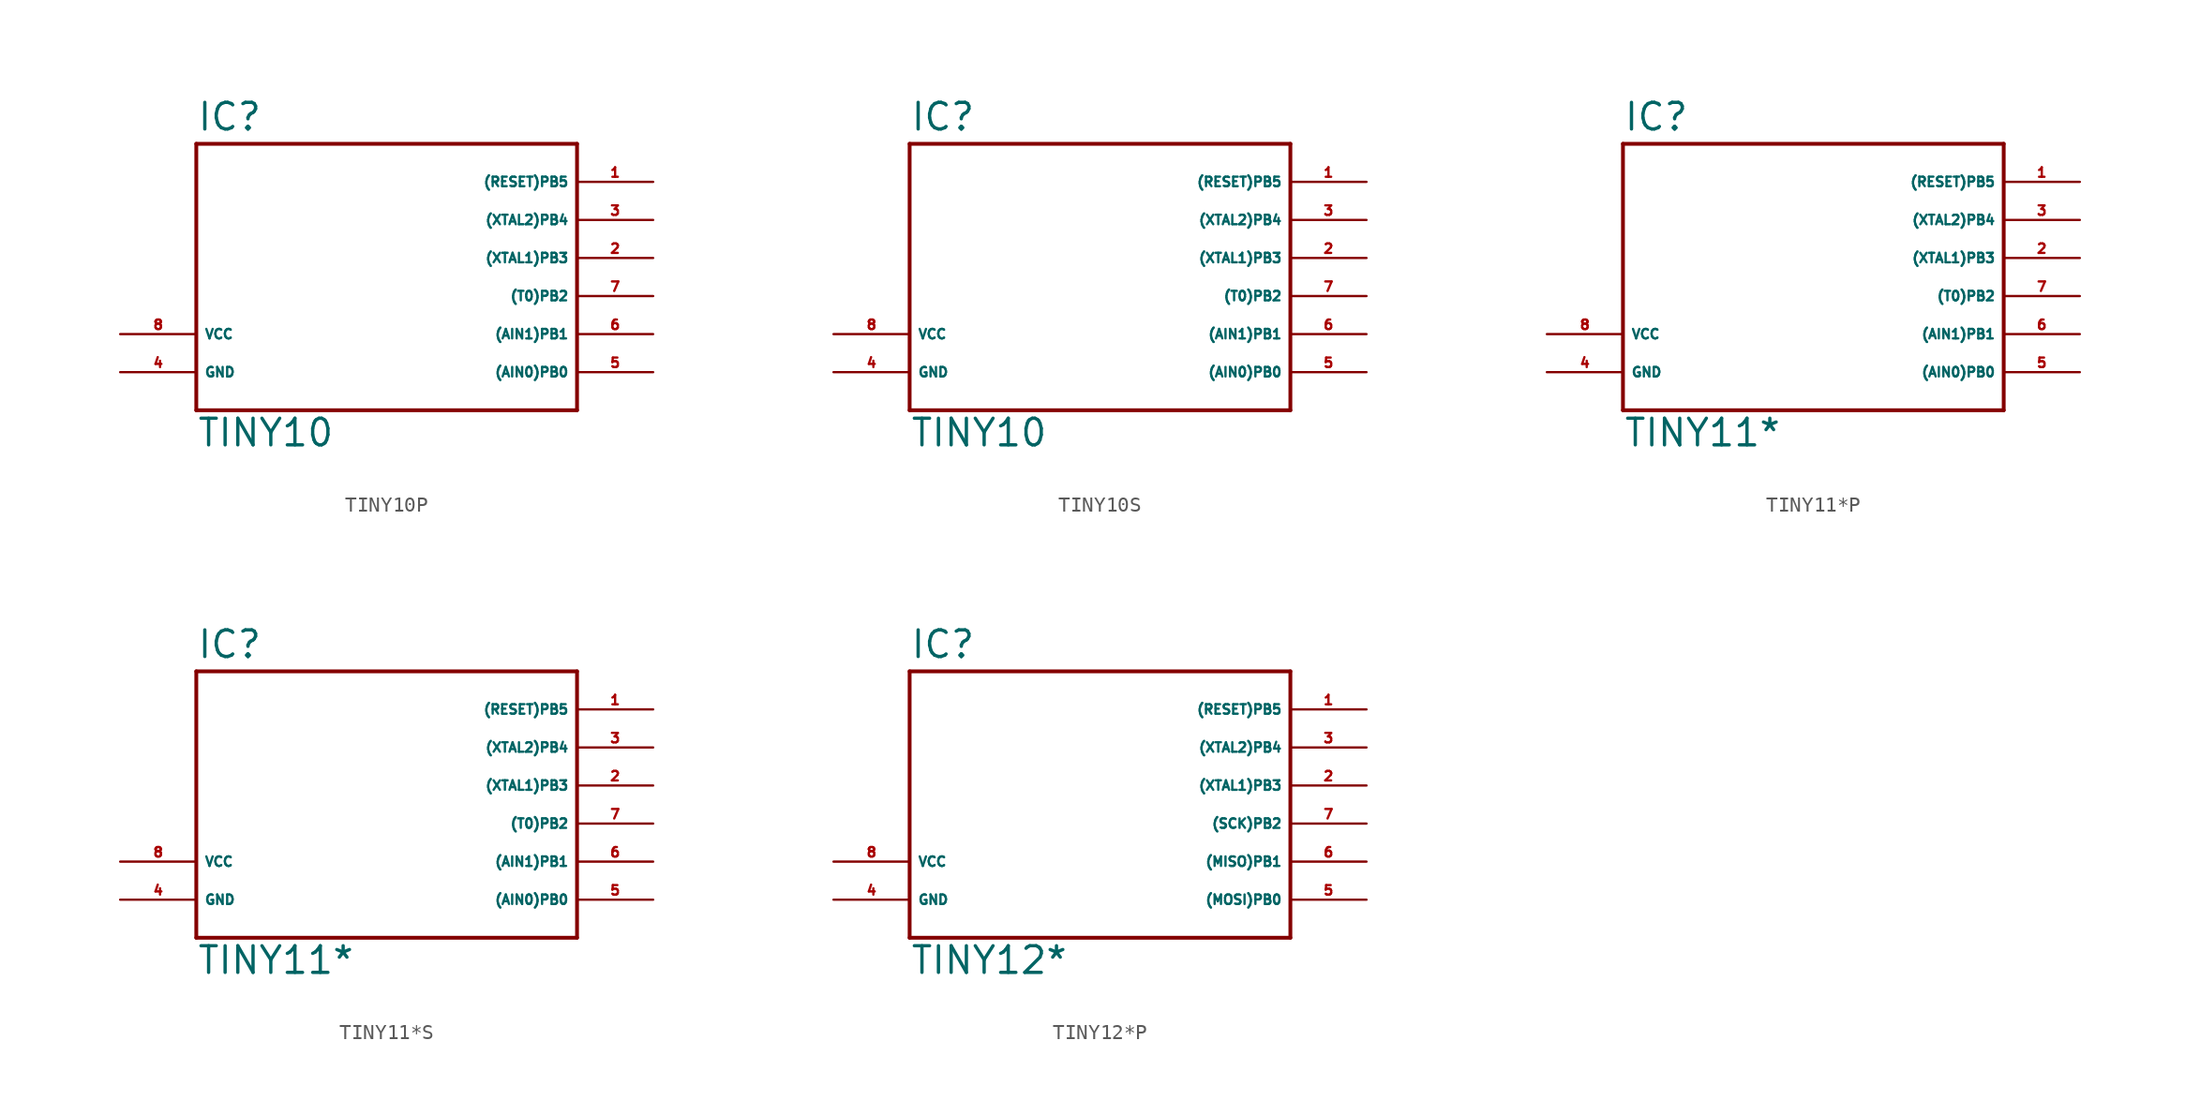
<source format=kicad_sym>
(kicad_symbol_lib
  (version 20220914)
  (generator Eagle2Kicad)
  (symbol "TINY10P"
    (property "Reference" "IC"
      (at -12.7 10.922 0)
      (effects (font (size 1.778 1.778) (thickness 0.22)) (justify left bottom)))
    (property "Value" "TINY10"
      (at -12.7 -10.16 0)
      (effects (font (size 1.778 1.778) (thickness 0.22)) (justify left bottom)))
    (polyline
      (pts (xy 12.7 -7.62) (xy -12.7 -7.62))
      (stroke (width 0.254) (type default))
      (fill (type none)))
    (polyline
      (pts (xy -12.7 -7.62) (xy -12.7 10.16))
      (stroke (width 0.254) (type default))
      (fill (type none)))
    (polyline
      (pts (xy -12.7 10.16) (xy 12.7 10.16))
      (stroke (width 0.254) (type default))
      (fill (type none)))
    (polyline
      (pts (xy 12.7 10.16) (xy 12.7 -7.62))
      (stroke (width 0.254) (type default))
      (fill (type none)))
    (pin bidirectional line
      (at 17.78 5.08 180)
      (length 5.08)
      (name "(XTAL2)PB4" (effects (font (size 0.635 0.635) (thickness 0.08)) (justify left bottom)))
      (number "3" (effects (font (size 0.635 0.635) (thickness 0.08)) (justify left bottom))))
    (pin bidirectional line
      (at 17.78 2.54 180)
      (length 5.08)
      (name "(XTAL1)PB3" (effects (font (size 0.635 0.635) (thickness 0.08)) (justify left bottom)))
      (number "2" (effects (font (size 0.635 0.635) (thickness 0.08)) (justify left bottom))))
    (pin bidirectional line
      (at 17.78 7.62 180)
      (length 5.08)
      (name "(RESET)PB5" (effects (font (size 0.635 0.635) (thickness 0.08)) (justify left bottom)))
      (number "1" (effects (font (size 0.635 0.635) (thickness 0.08)) (justify left bottom))))
    (pin bidirectional line
      (at 17.78 0 180)
      (length 5.08)
      (name "(T0)PB2" (effects (font (size 0.635 0.635) (thickness 0.08)) (justify left bottom)))
      (number "7" (effects (font (size 0.635 0.635) (thickness 0.08)) (justify left bottom))))
    (pin bidirectional line
      (at 17.78 -2.54 180)
      (length 5.08)
      (name "(AIN1)PB1" (effects (font (size 0.635 0.635) (thickness 0.08)) (justify left bottom)))
      (number "6" (effects (font (size 0.635 0.635) (thickness 0.08)) (justify left bottom))))
    (pin bidirectional line
      (at 17.78 -5.08 180)
      (length 5.08)
      (name "(AIN0)PB0" (effects (font (size 0.635 0.635) (thickness 0.08)) (justify left bottom)))
      (number "5" (effects (font (size 0.635 0.635) (thickness 0.08)) (justify left bottom))))
    (pin unspecified line
      (at -17.78 -2.54 0)
      (length 5.08)
      (name "VCC" (effects (font (size 0.635 0.635) (thickness 0.08)) (justify left bottom)))
      (number "8" (effects (font (size 0.635 0.635) (thickness 0.08)) (justify left bottom))))
    (pin unspecified line
      (at -17.78 -5.08 0)
      (length 5.08)
      (name "GND" (effects (font (size 0.635 0.635) (thickness 0.08)) (justify left bottom)))
      (number "4" (effects (font (size 0.635 0.635) (thickness 0.08)) (justify left bottom)))))
  (symbol "TINY10S"
    (property "Reference" "IC"
      (at -12.7 10.922 0)
      (effects (font (size 1.778 1.778) (thickness 0.22)) (justify left bottom)))
    (property "Value" "TINY10"
      (at -12.7 -10.16 0)
      (effects (font (size 1.778 1.778) (thickness 0.22)) (justify left bottom)))
    (polyline
      (pts (xy 12.7 -7.62) (xy -12.7 -7.62))
      (stroke (width 0.254) (type default))
      (fill (type none)))
    (polyline
      (pts (xy -12.7 -7.62) (xy -12.7 10.16))
      (stroke (width 0.254) (type default))
      (fill (type none)))
    (polyline
      (pts (xy -12.7 10.16) (xy 12.7 10.16))
      (stroke (width 0.254) (type default))
      (fill (type none)))
    (polyline
      (pts (xy 12.7 10.16) (xy 12.7 -7.62))
      (stroke (width 0.254) (type default))
      (fill (type none)))
    (pin bidirectional line
      (at 17.78 5.08 180)
      (length 5.08)
      (name "(XTAL2)PB4" (effects (font (size 0.635 0.635) (thickness 0.08)) (justify left bottom)))
      (number "3" (effects (font (size 0.635 0.635) (thickness 0.08)) (justify left bottom))))
    (pin bidirectional line
      (at 17.78 2.54 180)
      (length 5.08)
      (name "(XTAL1)PB3" (effects (font (size 0.635 0.635) (thickness 0.08)) (justify left bottom)))
      (number "2" (effects (font (size 0.635 0.635) (thickness 0.08)) (justify left bottom))))
    (pin bidirectional line
      (at 17.78 7.62 180)
      (length 5.08)
      (name "(RESET)PB5" (effects (font (size 0.635 0.635) (thickness 0.08)) (justify left bottom)))
      (number "1" (effects (font (size 0.635 0.635) (thickness 0.08)) (justify left bottom))))
    (pin bidirectional line
      (at 17.78 0 180)
      (length 5.08)
      (name "(T0)PB2" (effects (font (size 0.635 0.635) (thickness 0.08)) (justify left bottom)))
      (number "7" (effects (font (size 0.635 0.635) (thickness 0.08)) (justify left bottom))))
    (pin bidirectional line
      (at 17.78 -2.54 180)
      (length 5.08)
      (name "(AIN1)PB1" (effects (font (size 0.635 0.635) (thickness 0.08)) (justify left bottom)))
      (number "6" (effects (font (size 0.635 0.635) (thickness 0.08)) (justify left bottom))))
    (pin bidirectional line
      (at 17.78 -5.08 180)
      (length 5.08)
      (name "(AIN0)PB0" (effects (font (size 0.635 0.635) (thickness 0.08)) (justify left bottom)))
      (number "5" (effects (font (size 0.635 0.635) (thickness 0.08)) (justify left bottom))))
    (pin unspecified line
      (at -17.78 -2.54 0)
      (length 5.08)
      (name "VCC" (effects (font (size 0.635 0.635) (thickness 0.08)) (justify left bottom)))
      (number "8" (effects (font (size 0.635 0.635) (thickness 0.08)) (justify left bottom))))
    (pin unspecified line
      (at -17.78 -5.08 0)
      (length 5.08)
      (name "GND" (effects (font (size 0.635 0.635) (thickness 0.08)) (justify left bottom)))
      (number "4" (effects (font (size 0.635 0.635) (thickness 0.08)) (justify left bottom)))))
  (symbol "TINY11*P"
    (property "Reference" "IC"
      (at -12.7 10.922 0)
      (effects (font (size 1.778 1.778) (thickness 0.22)) (justify left bottom)))
    (property "Value" "TINY11*"
      (at -12.7 -10.16 0)
      (effects (font (size 1.778 1.778) (thickness 0.22)) (justify left bottom)))
    (polyline
      (pts (xy 12.7 -7.62) (xy -12.7 -7.62))
      (stroke (width 0.254) (type default))
      (fill (type none)))
    (polyline
      (pts (xy -12.7 -7.62) (xy -12.7 10.16))
      (stroke (width 0.254) (type default))
      (fill (type none)))
    (polyline
      (pts (xy -12.7 10.16) (xy 12.7 10.16))
      (stroke (width 0.254) (type default))
      (fill (type none)))
    (polyline
      (pts (xy 12.7 10.16) (xy 12.7 -7.62))
      (stroke (width 0.254) (type default))
      (fill (type none)))
    (pin bidirectional line
      (at 17.78 5.08 180)
      (length 5.08)
      (name "(XTAL2)PB4" (effects (font (size 0.635 0.635) (thickness 0.08)) (justify left bottom)))
      (number "3" (effects (font (size 0.635 0.635) (thickness 0.08)) (justify left bottom))))
    (pin bidirectional line
      (at 17.78 2.54 180)
      (length 5.08)
      (name "(XTAL1)PB3" (effects (font (size 0.635 0.635) (thickness 0.08)) (justify left bottom)))
      (number "2" (effects (font (size 0.635 0.635) (thickness 0.08)) (justify left bottom))))
    (pin bidirectional line
      (at 17.78 7.62 180)
      (length 5.08)
      (name "(RESET)PB5" (effects (font (size 0.635 0.635) (thickness 0.08)) (justify left bottom)))
      (number "1" (effects (font (size 0.635 0.635) (thickness 0.08)) (justify left bottom))))
    (pin bidirectional line
      (at 17.78 0 180)
      (length 5.08)
      (name "(T0)PB2" (effects (font (size 0.635 0.635) (thickness 0.08)) (justify left bottom)))
      (number "7" (effects (font (size 0.635 0.635) (thickness 0.08)) (justify left bottom))))
    (pin bidirectional line
      (at 17.78 -2.54 180)
      (length 5.08)
      (name "(AIN1)PB1" (effects (font (size 0.635 0.635) (thickness 0.08)) (justify left bottom)))
      (number "6" (effects (font (size 0.635 0.635) (thickness 0.08)) (justify left bottom))))
    (pin bidirectional line
      (at 17.78 -5.08 180)
      (length 5.08)
      (name "(AIN0)PB0" (effects (font (size 0.635 0.635) (thickness 0.08)) (justify left bottom)))
      (number "5" (effects (font (size 0.635 0.635) (thickness 0.08)) (justify left bottom))))
    (pin unspecified line
      (at -17.78 -2.54 0)
      (length 5.08)
      (name "VCC" (effects (font (size 0.635 0.635) (thickness 0.08)) (justify left bottom)))
      (number "8" (effects (font (size 0.635 0.635) (thickness 0.08)) (justify left bottom))))
    (pin unspecified line
      (at -17.78 -5.08 0)
      (length 5.08)
      (name "GND" (effects (font (size 0.635 0.635) (thickness 0.08)) (justify left bottom)))
      (number "4" (effects (font (size 0.635 0.635) (thickness 0.08)) (justify left bottom)))))
  (symbol "TINY11*S"
    (property "Reference" "IC"
      (at -12.7 10.922 0)
      (effects (font (size 1.778 1.778) (thickness 0.22)) (justify left bottom)))
    (property "Value" "TINY11*"
      (at -12.7 -10.16 0)
      (effects (font (size 1.778 1.778) (thickness 0.22)) (justify left bottom)))
    (polyline
      (pts (xy 12.7 -7.62) (xy -12.7 -7.62))
      (stroke (width 0.254) (type default))
      (fill (type none)))
    (polyline
      (pts (xy -12.7 -7.62) (xy -12.7 10.16))
      (stroke (width 0.254) (type default))
      (fill (type none)))
    (polyline
      (pts (xy -12.7 10.16) (xy 12.7 10.16))
      (stroke (width 0.254) (type default))
      (fill (type none)))
    (polyline
      (pts (xy 12.7 10.16) (xy 12.7 -7.62))
      (stroke (width 0.254) (type default))
      (fill (type none)))
    (pin bidirectional line
      (at 17.78 5.08 180)
      (length 5.08)
      (name "(XTAL2)PB4" (effects (font (size 0.635 0.635) (thickness 0.08)) (justify left bottom)))
      (number "3" (effects (font (size 0.635 0.635) (thickness 0.08)) (justify left bottom))))
    (pin bidirectional line
      (at 17.78 2.54 180)
      (length 5.08)
      (name "(XTAL1)PB3" (effects (font (size 0.635 0.635) (thickness 0.08)) (justify left bottom)))
      (number "2" (effects (font (size 0.635 0.635) (thickness 0.08)) (justify left bottom))))
    (pin bidirectional line
      (at 17.78 7.62 180)
      (length 5.08)
      (name "(RESET)PB5" (effects (font (size 0.635 0.635) (thickness 0.08)) (justify left bottom)))
      (number "1" (effects (font (size 0.635 0.635) (thickness 0.08)) (justify left bottom))))
    (pin bidirectional line
      (at 17.78 0 180)
      (length 5.08)
      (name "(T0)PB2" (effects (font (size 0.635 0.635) (thickness 0.08)) (justify left bottom)))
      (number "7" (effects (font (size 0.635 0.635) (thickness 0.08)) (justify left bottom))))
    (pin bidirectional line
      (at 17.78 -2.54 180)
      (length 5.08)
      (name "(AIN1)PB1" (effects (font (size 0.635 0.635) (thickness 0.08)) (justify left bottom)))
      (number "6" (effects (font (size 0.635 0.635) (thickness 0.08)) (justify left bottom))))
    (pin bidirectional line
      (at 17.78 -5.08 180)
      (length 5.08)
      (name "(AIN0)PB0" (effects (font (size 0.635 0.635) (thickness 0.08)) (justify left bottom)))
      (number "5" (effects (font (size 0.635 0.635) (thickness 0.08)) (justify left bottom))))
    (pin unspecified line
      (at -17.78 -2.54 0)
      (length 5.08)
      (name "VCC" (effects (font (size 0.635 0.635) (thickness 0.08)) (justify left bottom)))
      (number "8" (effects (font (size 0.635 0.635) (thickness 0.08)) (justify left bottom))))
    (pin unspecified line
      (at -17.78 -5.08 0)
      (length 5.08)
      (name "GND" (effects (font (size 0.635 0.635) (thickness 0.08)) (justify left bottom)))
      (number "4" (effects (font (size 0.635 0.635) (thickness 0.08)) (justify left bottom)))))
  (symbol "TINY12*P"
    (property "Reference" "IC"
      (at -12.7 8.382 0)
      (effects (font (size 1.778 1.778) (thickness 0.22)) (justify left bottom)))
    (property "Value" "TINY12*"
      (at -12.7 -12.7 0)
      (effects (font (size 1.778 1.778) (thickness 0.22)) (justify left bottom)))
    (polyline
      (pts (xy 12.7 -10.16) (xy -12.7 -10.16))
      (stroke (width 0.254) (type default))
      (fill (type none)))
    (polyline
      (pts (xy -12.7 -10.16) (xy -12.7 7.62))
      (stroke (width 0.254) (type default))
      (fill (type none)))
    (polyline
      (pts (xy -12.7 7.62) (xy 12.7 7.62))
      (stroke (width 0.254) (type default))
      (fill (type none)))
    (polyline
      (pts (xy 12.7 7.62) (xy 12.7 -10.16))
      (stroke (width 0.254) (type default))
      (fill (type none)))
    (pin bidirectional line
      (at 17.78 2.54 180)
      (length 5.08)
      (name "(XTAL2)PB4" (effects (font (size 0.635 0.635) (thickness 0.08)) (justify left bottom)))
      (number "3" (effects (font (size 0.635 0.635) (thickness 0.08)) (justify left bottom))))
    (pin bidirectional line
      (at 17.78 0 180)
      (length 5.08)
      (name "(XTAL1)PB3" (effects (font (size 0.635 0.635) (thickness 0.08)) (justify left bottom)))
      (number "2" (effects (font (size 0.635 0.635) (thickness 0.08)) (justify left bottom))))
    (pin bidirectional line
      (at 17.78 5.08 180)
      (length 5.08)
      (name "(RESET)PB5" (effects (font (size 0.635 0.635) (thickness 0.08)) (justify left bottom)))
      (number "1" (effects (font (size 0.635 0.635) (thickness 0.08)) (justify left bottom))))
    (pin bidirectional line
      (at 17.78 -2.54 180)
      (length 5.08)
      (name "(SCK)PB2" (effects (font (size 0.635 0.635) (thickness 0.08)) (justify left bottom)))
      (number "7" (effects (font (size 0.635 0.635) (thickness 0.08)) (justify left bottom))))
    (pin bidirectional line
      (at 17.78 -5.08 180)
      (length 5.08)
      (name "(MISO)PB1" (effects (font (size 0.635 0.635) (thickness 0.08)) (justify left bottom)))
      (number "6" (effects (font (size 0.635 0.635) (thickness 0.08)) (justify left bottom))))
    (pin bidirectional line
      (at 17.78 -7.62 180)
      (length 5.08)
      (name "(MOSI)PB0" (effects (font (size 0.635 0.635) (thickness 0.08)) (justify left bottom)))
      (number "5" (effects (font (size 0.635 0.635) (thickness 0.08)) (justify left bottom))))
    (pin unspecified line
      (at -17.78 -5.08 0)
      (length 5.08)
      (name "VCC" (effects (font (size 0.635 0.635) (thickness 0.08)) (justify left bottom)))
      (number "8" (effects (font (size 0.635 0.635) (thickness 0.08)) (justify left bottom))))
    (pin unspecified line
      (at -17.78 -7.62 0)
      (length 5.08)
      (name "GND" (effects (font (size 0.635 0.635) (thickness 0.08)) (justify left bottom)))
      (number "4" (effects (font (size 0.635 0.635) (thickness 0.08)) (justify left bottom))))))
</source>
